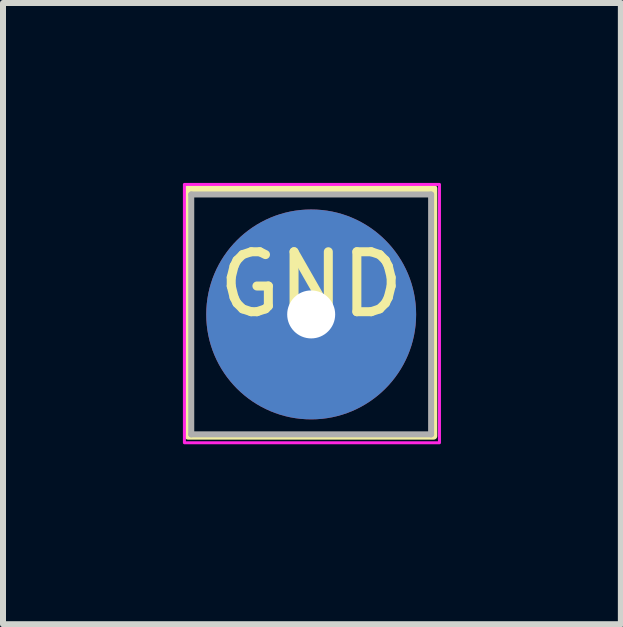
<source format=kicad_pcb>
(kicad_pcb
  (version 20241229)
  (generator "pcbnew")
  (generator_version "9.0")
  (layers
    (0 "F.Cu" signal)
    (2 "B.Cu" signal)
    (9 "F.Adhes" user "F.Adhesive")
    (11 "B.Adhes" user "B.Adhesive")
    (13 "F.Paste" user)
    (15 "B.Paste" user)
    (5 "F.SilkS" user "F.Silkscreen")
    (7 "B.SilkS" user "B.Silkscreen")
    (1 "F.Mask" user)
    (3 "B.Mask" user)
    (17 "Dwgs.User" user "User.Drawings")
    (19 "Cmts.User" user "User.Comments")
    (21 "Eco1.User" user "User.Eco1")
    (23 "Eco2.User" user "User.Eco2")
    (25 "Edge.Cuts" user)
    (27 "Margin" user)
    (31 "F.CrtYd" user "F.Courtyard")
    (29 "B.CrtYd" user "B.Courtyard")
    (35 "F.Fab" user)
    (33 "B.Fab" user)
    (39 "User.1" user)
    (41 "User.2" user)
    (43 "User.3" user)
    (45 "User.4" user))
  (footprint "GND"
    (layer "F.Cu")
    (at 2.139 2.193)
    (property "Reference" "GND" (at 0 -0.5 0) (unlocked yes) (layer "F.SilkS") (effects (font (size 1 1) (thickness 0.15))))
    (attr through_hole)
    (fp_rect (start -2.054 -2.101) (end 2.043 2.028) (stroke (width 0.12) (type default)) (fill no) (layer "F.SilkS"))
    (fp_rect (start -2.114 -2.168) (end 2.139 2.14) (stroke (width 0.05) (type default)) (fill no) (layer "F.CrtYd"))
    (fp_rect (start -2 -2) (end 2 -2) (stroke (width 0.1) (type default)) (fill no) (layer "F.Fab"))
    (fp_rect (start -2 2) (end -2 -2) (stroke (width 0.1) (type default)) (fill no) (layer "F.Fab"))
    (fp_rect (start 2 -2) (end 2 2) (stroke (width 0.1) (type default)) (fill no) (layer "F.Fab"))
    (fp_rect (start 2 2) (end -2 2) (stroke (width 0.1) (type default)) (fill no) (layer "F.Fab"))
    (pad "1" thru_hole circle (at 0 0) (size 3.5 3.5) (drill 0.8) (layers "*.Cu" "*.Mask")))
  (gr_rect
    (start -3 -3)
    (end 7.303 7.359)
    (stroke (width 0.1) (type default))
    (fill no)
    (layer "Edge.Cuts")))
</source>
